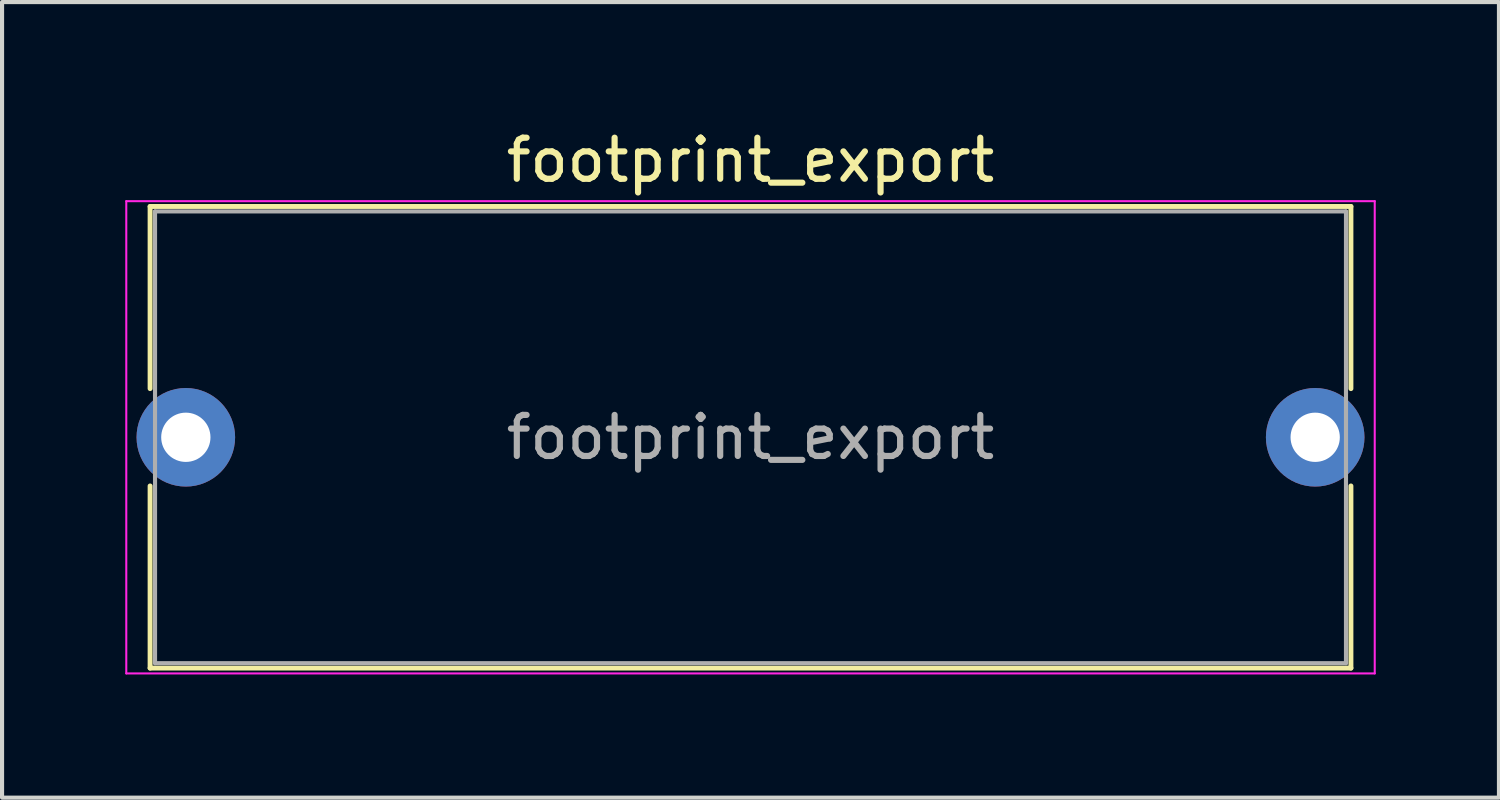
<source format=kicad_pcb>
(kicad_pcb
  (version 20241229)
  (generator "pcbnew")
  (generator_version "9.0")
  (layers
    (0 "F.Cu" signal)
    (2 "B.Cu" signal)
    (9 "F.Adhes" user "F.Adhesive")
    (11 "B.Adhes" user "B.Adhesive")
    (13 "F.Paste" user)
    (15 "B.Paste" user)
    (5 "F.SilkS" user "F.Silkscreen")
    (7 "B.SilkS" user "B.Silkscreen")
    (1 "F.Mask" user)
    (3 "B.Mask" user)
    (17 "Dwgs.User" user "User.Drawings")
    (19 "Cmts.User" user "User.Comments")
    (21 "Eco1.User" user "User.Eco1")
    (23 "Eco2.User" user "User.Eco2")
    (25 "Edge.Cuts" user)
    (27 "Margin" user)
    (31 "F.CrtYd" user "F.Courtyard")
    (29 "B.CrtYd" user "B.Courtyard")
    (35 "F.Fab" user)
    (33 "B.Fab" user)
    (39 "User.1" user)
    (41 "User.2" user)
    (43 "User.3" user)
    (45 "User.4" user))
  (footprint "footprint_export"
    (layer "F.Cu")
    (at 1.475 7.598)
    (property "Reference" "footprint_export" (at 13.75 -6.75 0) (layer "F.SilkS") (effects (font (size 1 1) (thickness 0.15))))
    (attr through_hole)
    (fp_line (start -0.87 -5.62) (end -0.87 -1.185) (stroke (width 0.12) (type solid)) (layer "F.SilkS"))
    (fp_line (start -0.87 -5.62) (end 28.37 -5.62) (stroke (width 0.12) (type solid)) (layer "F.SilkS"))
    (fp_line (start -0.87 1.185) (end -0.87 5.62) (stroke (width 0.12) (type solid)) (layer "F.SilkS"))
    (fp_line (start -0.87 5.62) (end 28.37 5.62) (stroke (width 0.12) (type solid)) (layer "F.SilkS"))
    (fp_line (start 28.37 -5.62) (end 28.37 -1.185) (stroke (width 0.12) (type solid)) (layer "F.SilkS"))
    (fp_line (start 28.37 1.185) (end 28.37 5.62) (stroke (width 0.12) (type solid)) (layer "F.SilkS"))
    (fp_line (start -1.45 -5.75) (end -1.45 5.75) (stroke (width 0.05) (type solid)) (layer "F.CrtYd"))
    (fp_line (start -1.45 5.75) (end 28.95 5.75) (stroke (width 0.05) (type solid)) (layer "F.CrtYd"))
    (fp_line (start 28.95 -5.75) (end -1.45 -5.75) (stroke (width 0.05) (type solid)) (layer "F.CrtYd"))
    (fp_line (start 28.95 5.75) (end 28.95 -5.75) (stroke (width 0.05) (type solid)) (layer "F.CrtYd"))
    (fp_line (start -0.75 -5.5) (end -0.75 5.5) (stroke (width 0.1) (type solid)) (layer "F.Fab"))
    (fp_line (start -0.75 5.5) (end 28.25 5.5) (stroke (width 0.1) (type solid)) (layer "F.Fab"))
    (fp_line (start 28.25 -5.5) (end -0.75 -5.5) (stroke (width 0.1) (type solid)) (layer "F.Fab"))
    (fp_line (start 28.25 5.5) (end 28.25 -5.5) (stroke (width 0.1) (type solid)) (layer "F.Fab"))
    (fp_text user "${REFERENCE}" (at 13.75 0 0) (layer "F.Fab") (effects (font (size 1 1) (thickness 0.15))))
    (pad "1" thru_hole circle (at 0 0) (size 2.4 2.4) (drill 1.2) (layers "*.Cu" "*.Mask"))
    (pad "2" thru_hole circle (at 27.5 0) (size 2.4 2.4) (drill 1.2) (layers "*.Cu" "*.Mask")))
  (gr_rect
    (start -3 -3)
    (end 33.45 16.373)
    (stroke (width 0.1) (type default))
    (fill no)
    (layer "Edge.Cuts")))
</source>
